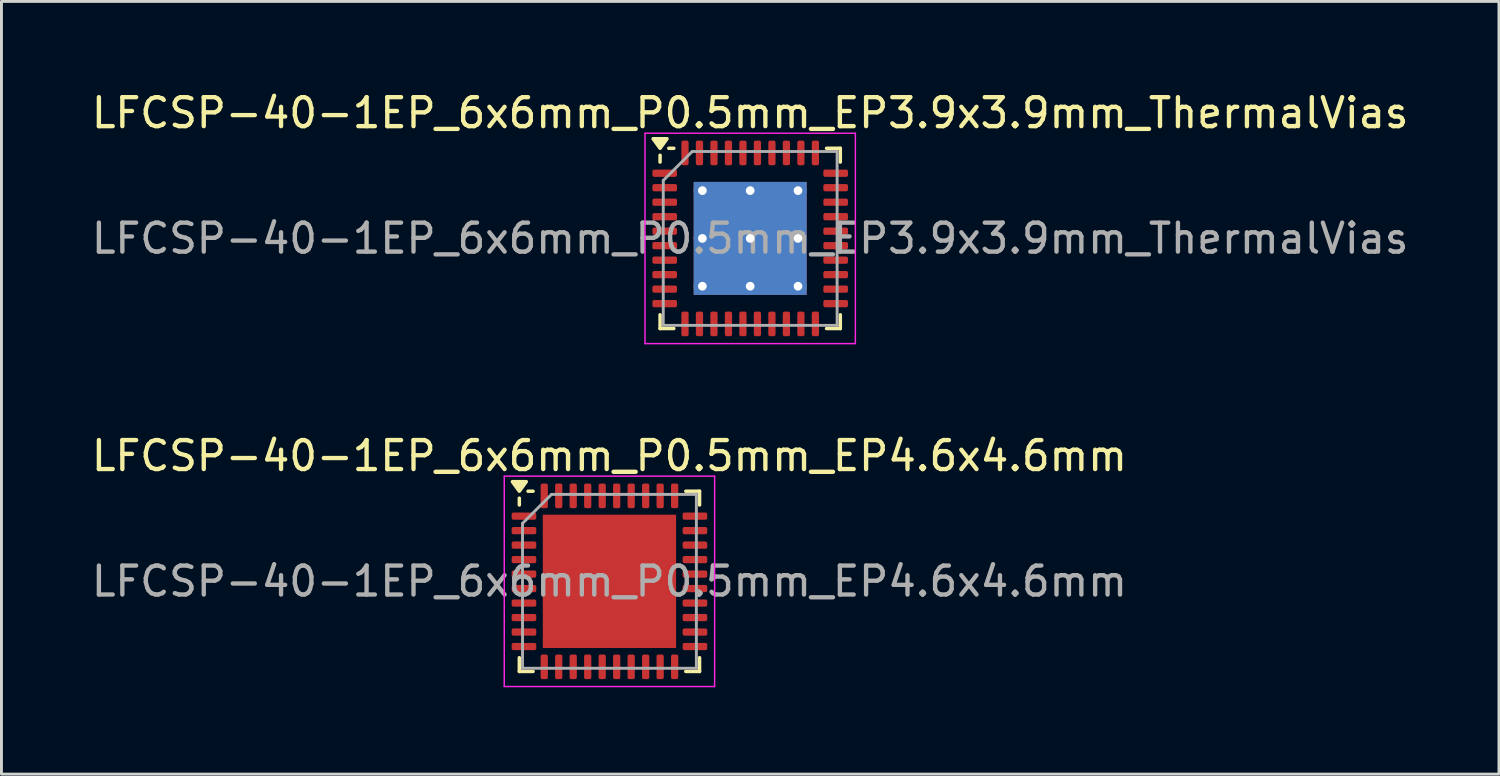
<source format=kicad_pcb>
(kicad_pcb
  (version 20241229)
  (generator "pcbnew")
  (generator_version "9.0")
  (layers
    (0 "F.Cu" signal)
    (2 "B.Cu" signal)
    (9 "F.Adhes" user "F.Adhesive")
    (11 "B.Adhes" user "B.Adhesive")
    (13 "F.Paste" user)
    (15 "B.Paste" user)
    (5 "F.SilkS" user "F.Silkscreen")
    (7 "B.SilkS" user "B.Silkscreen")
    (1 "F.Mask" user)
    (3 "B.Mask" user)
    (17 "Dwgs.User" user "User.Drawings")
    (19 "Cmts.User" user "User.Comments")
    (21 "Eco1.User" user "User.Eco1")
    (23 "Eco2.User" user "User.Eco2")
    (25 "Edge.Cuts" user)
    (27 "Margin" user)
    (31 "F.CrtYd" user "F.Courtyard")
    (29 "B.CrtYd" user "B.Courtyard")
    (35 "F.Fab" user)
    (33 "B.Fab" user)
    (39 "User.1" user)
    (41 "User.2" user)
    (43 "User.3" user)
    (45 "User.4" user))
  (footprint "LFCSP-40-1EP_6x6mm_P0.5mm_EP3.9x3.9mm_ThermalVias"
    (layer "F.Cu")
    (at 22.839 5.178)
    (property "Reference" "LFCSP-40-1EP_6x6mm_P0.5mm_EP3.9x3.9mm_ThermalVias" (at 0 -4.33 0) (layer "F.SilkS") (effects (font (size 1 1) (thickness 0.15))))
    (attr smd)
    (fp_line (start -3.11 -2.635) (end -3.11 -2.87) (stroke (width 0.12) (type solid)) (layer "F.SilkS"))
    (fp_line (start -3.11 3.11) (end -3.11 2.635) (stroke (width 0.12) (type solid)) (layer "F.SilkS"))
    (fp_line (start -2.635 -3.11) (end -2.81 -3.11) (stroke (width 0.12) (type solid)) (layer "F.SilkS"))
    (fp_line (start -2.635 3.11) (end -3.11 3.11) (stroke (width 0.12) (type solid)) (layer "F.SilkS"))
    (fp_line (start 2.635 -3.11) (end 3.11 -3.11) (stroke (width 0.12) (type solid)) (layer "F.SilkS"))
    (fp_line (start 2.635 3.11) (end 3.11 3.11) (stroke (width 0.12) (type solid)) (layer "F.SilkS"))
    (fp_line (start 3.11 -3.11) (end 3.11 -2.635) (stroke (width 0.12) (type solid)) (layer "F.SilkS"))
    (fp_line (start 3.11 3.11) (end 3.11 2.635) (stroke (width 0.12) (type solid)) (layer "F.SilkS"))
    (fp_poly (pts (xy -3.11 -3.11) (xy -3.35 -3.44) (xy -2.87 -3.44) (xy -3.11 -3.11)) (stroke (width 0.12) (type solid)) (fill yes) (layer "F.SilkS"))
    (fp_line (start -3.63 -3.63) (end -3.63 3.63) (stroke (width 0.05) (type solid)) (layer "F.CrtYd"))
    (fp_line (start -3.63 3.63) (end 3.63 3.63) (stroke (width 0.05) (type solid)) (layer "F.CrtYd"))
    (fp_line (start 3.63 -3.63) (end -3.63 -3.63) (stroke (width 0.05) (type solid)) (layer "F.CrtYd"))
    (fp_line (start 3.63 3.63) (end 3.63 -3.63) (stroke (width 0.05) (type solid)) (layer "F.CrtYd"))
    (fp_line (start -3 -2) (end -2 -3) (stroke (width 0.1) (type solid)) (layer "F.Fab"))
    (fp_line (start -3 3) (end -3 -2) (stroke (width 0.1) (type solid)) (layer "F.Fab"))
    (fp_line (start -2 -3) (end 3 -3) (stroke (width 0.1) (type solid)) (layer "F.Fab"))
    (fp_line (start 3 -3) (end 3 3) (stroke (width 0.1) (type solid)) (layer "F.Fab"))
    (fp_line (start 3 3) (end -3 3) (stroke (width 0.1) (type solid)) (layer "F.Fab"))
    (fp_text user "${REFERENCE}" (at 0 0 0) (layer "F.Fab") (effects (font (size 1 1) (thickness 0.15))))
    (pad "" smd custom (at -0.825 -0.825) (size 1.395 1.395) (layers "F.Paste") (options (anchor circle)) (primitives (gr_poly (pts (xy -0.579 -0.383) (xy -0.383 -0.579) (xy 0.383 -0.579) (xy 0.579 -0.383) (xy 0.579 0.383) (xy 0.383 0.579) (xy -0.383 0.579) (xy -0.579 0.383)) (width 0.474) (fill yes))))
    (pad "" smd custom (at -0.825 0.825) (size 1.395 1.395) (layers "F.Paste") (options (anchor circle)) (primitives (gr_poly (pts (xy -0.579 -0.383) (xy -0.383 -0.579) (xy 0.383 -0.579) (xy 0.579 -0.383) (xy 0.579 0.383) (xy 0.383 0.579) (xy -0.383 0.579) (xy -0.579 0.383)) (width 0.474) (fill yes))))
    (pad "" smd custom (at 0.825 -0.825) (size 1.395 1.395) (layers "F.Paste") (options (anchor circle)) (primitives (gr_poly (pts (xy -0.579 -0.383) (xy -0.383 -0.579) (xy 0.383 -0.579) (xy 0.579 -0.383) (xy 0.579 0.383) (xy 0.383 0.579) (xy -0.383 0.579) (xy -0.579 0.383)) (width 0.474) (fill yes))))
    (pad "" smd custom (at 0.825 0.825) (size 1.395 1.395) (layers "F.Paste") (options (anchor circle)) (primitives (gr_poly (pts (xy -0.579 -0.383) (xy -0.383 -0.579) (xy 0.383 -0.579) (xy 0.579 -0.383) (xy 0.579 0.383) (xy 0.383 0.579) (xy -0.383 0.579) (xy -0.579 0.383)) (width 0.474) (fill yes))))
    (pad "1" smd roundrect (at -2.95 -2.25) (size 0.85 0.25) (layers "F.Cu" "F.Mask" "F.Paste") (roundrect_rratio 0.25))
    (pad "2" smd roundrect (at -2.95 -1.75) (size 0.85 0.25) (layers "F.Cu" "F.Mask" "F.Paste") (roundrect_rratio 0.25))
    (pad "3" smd roundrect (at -2.95 -1.25) (size 0.85 0.25) (layers "F.Cu" "F.Mask" "F.Paste") (roundrect_rratio 0.25))
    (pad "4" smd roundrect (at -2.95 -0.75) (size 0.85 0.25) (layers "F.Cu" "F.Mask" "F.Paste") (roundrect_rratio 0.25))
    (pad "5" smd roundrect (at -2.95 -0.25) (size 0.85 0.25) (layers "F.Cu" "F.Mask" "F.Paste") (roundrect_rratio 0.25))
    (pad "6" smd roundrect (at -2.95 0.25) (size 0.85 0.25) (layers "F.Cu" "F.Mask" "F.Paste") (roundrect_rratio 0.25))
    (pad "7" smd roundrect (at -2.95 0.75) (size 0.85 0.25) (layers "F.Cu" "F.Mask" "F.Paste") (roundrect_rratio 0.25))
    (pad "8" smd roundrect (at -2.95 1.25) (size 0.85 0.25) (layers "F.Cu" "F.Mask" "F.Paste") (roundrect_rratio 0.25))
    (pad "9" smd roundrect (at -2.95 1.75) (size 0.85 0.25) (layers "F.Cu" "F.Mask" "F.Paste") (roundrect_rratio 0.25))
    (pad "10" smd roundrect (at -2.95 2.25) (size 0.85 0.25) (layers "F.Cu" "F.Mask" "F.Paste") (roundrect_rratio 0.25))
    (pad "11" smd roundrect (at -2.25 2.95) (size 0.25 0.85) (layers "F.Cu" "F.Mask" "F.Paste") (roundrect_rratio 0.25))
    (pad "12" smd roundrect (at -1.75 2.95) (size 0.25 0.85) (layers "F.Cu" "F.Mask" "F.Paste") (roundrect_rratio 0.25))
    (pad "13" smd roundrect (at -1.25 2.95) (size 0.25 0.85) (layers "F.Cu" "F.Mask" "F.Paste") (roundrect_rratio 0.25))
    (pad "14" smd roundrect (at -0.75 2.95) (size 0.25 0.85) (layers "F.Cu" "F.Mask" "F.Paste") (roundrect_rratio 0.25))
    (pad "15" smd roundrect (at -0.25 2.95) (size 0.25 0.85) (layers "F.Cu" "F.Mask" "F.Paste") (roundrect_rratio 0.25))
    (pad "16" smd roundrect (at 0.25 2.95) (size 0.25 0.85) (layers "F.Cu" "F.Mask" "F.Paste") (roundrect_rratio 0.25))
    (pad "17" smd roundrect (at 0.75 2.95) (size 0.25 0.85) (layers "F.Cu" "F.Mask" "F.Paste") (roundrect_rratio 0.25))
    (pad "18" smd roundrect (at 1.25 2.95) (size 0.25 0.85) (layers "F.Cu" "F.Mask" "F.Paste") (roundrect_rratio 0.25))
    (pad "19" smd roundrect (at 1.75 2.95) (size 0.25 0.85) (layers "F.Cu" "F.Mask" "F.Paste") (roundrect_rratio 0.25))
    (pad "20" smd roundrect (at 2.25 2.95) (size 0.25 0.85) (layers "F.Cu" "F.Mask" "F.Paste") (roundrect_rratio 0.25))
    (pad "21" smd roundrect (at 2.95 2.25) (size 0.85 0.25) (layers "F.Cu" "F.Mask" "F.Paste") (roundrect_rratio 0.25))
    (pad "22" smd roundrect (at 2.95 1.75) (size 0.85 0.25) (layers "F.Cu" "F.Mask" "F.Paste") (roundrect_rratio 0.25))
    (pad "23" smd roundrect (at 2.95 1.25) (size 0.85 0.25) (layers "F.Cu" "F.Mask" "F.Paste") (roundrect_rratio 0.25))
    (pad "24" smd roundrect (at 2.95 0.75) (size 0.85 0.25) (layers "F.Cu" "F.Mask" "F.Paste") (roundrect_rratio 0.25))
    (pad "25" smd roundrect (at 2.95 0.25) (size 0.85 0.25) (layers "F.Cu" "F.Mask" "F.Paste") (roundrect_rratio 0.25))
    (pad "26" smd roundrect (at 2.95 -0.25) (size 0.85 0.25) (layers "F.Cu" "F.Mask" "F.Paste") (roundrect_rratio 0.25))
    (pad "27" smd roundrect (at 2.95 -0.75) (size 0.85 0.25) (layers "F.Cu" "F.Mask" "F.Paste") (roundrect_rratio 0.25))
    (pad "28" smd roundrect (at 2.95 -1.25) (size 0.85 0.25) (layers "F.Cu" "F.Mask" "F.Paste") (roundrect_rratio 0.25))
    (pad "29" smd roundrect (at 2.95 -1.75) (size 0.85 0.25) (layers "F.Cu" "F.Mask" "F.Paste") (roundrect_rratio 0.25))
    (pad "30" smd roundrect (at 2.95 -2.25) (size 0.85 0.25) (layers "F.Cu" "F.Mask" "F.Paste") (roundrect_rratio 0.25))
    (pad "31" smd roundrect (at 2.25 -2.95) (size 0.25 0.85) (layers "F.Cu" "F.Mask" "F.Paste") (roundrect_rratio 0.25))
    (pad "32" smd roundrect (at 1.75 -2.95) (size 0.25 0.85) (layers "F.Cu" "F.Mask" "F.Paste") (roundrect_rratio 0.25))
    (pad "33" smd roundrect (at 1.25 -2.95) (size 0.25 0.85) (layers "F.Cu" "F.Mask" "F.Paste") (roundrect_rratio 0.25))
    (pad "34" smd roundrect (at 0.75 -2.95) (size 0.25 0.85) (layers "F.Cu" "F.Mask" "F.Paste") (roundrect_rratio 0.25))
    (pad "35" smd roundrect (at 0.25 -2.95) (size 0.25 0.85) (layers "F.Cu" "F.Mask" "F.Paste") (roundrect_rratio 0.25))
    (pad "36" smd roundrect (at -0.25 -2.95) (size 0.25 0.85) (layers "F.Cu" "F.Mask" "F.Paste") (roundrect_rratio 0.25))
    (pad "37" smd roundrect (at -0.75 -2.95) (size 0.25 0.85) (layers "F.Cu" "F.Mask" "F.Paste") (roundrect_rratio 0.25))
    (pad "38" smd roundrect (at -1.25 -2.95) (size 0.25 0.85) (layers "F.Cu" "F.Mask" "F.Paste") (roundrect_rratio 0.25))
    (pad "39" smd roundrect (at -1.75 -2.95) (size 0.25 0.85) (layers "F.Cu" "F.Mask" "F.Paste") (roundrect_rratio 0.25))
    (pad "40" smd roundrect (at -2.25 -2.95) (size 0.25 0.85) (layers "F.Cu" "F.Mask" "F.Paste") (roundrect_rratio 0.25))
    (pad "41" thru_hole circle (at -1.65 -1.65) (size 0.6 0.6) (drill 0.3) (property pad_prop_heatsink) (layers "*.Cu"))
    (pad "41" thru_hole circle (at -1.65 0) (size 0.6 0.6) (drill 0.3) (property pad_prop_heatsink) (layers "*.Cu"))
    (pad "41" thru_hole circle (at -1.65 1.65) (size 0.6 0.6) (drill 0.3) (property pad_prop_heatsink) (layers "*.Cu"))
    (pad "41" thru_hole circle (at 0 -1.65) (size 0.6 0.6) (drill 0.3) (property pad_prop_heatsink) (layers "*.Cu"))
    (pad "41" thru_hole circle (at 0 0) (size 0.6 0.6) (drill 0.3) (property pad_prop_heatsink) (layers "*.Cu"))
    (pad "41" smd rect (at 0 0) (size 3.9 3.9) (property pad_prop_heatsink) (layers "F.Cu" "F.Mask"))
    (pad "41" smd rect (at 0 0) (size 3.9 3.9) (property pad_prop_heatsink) (layers "B.Cu"))
    (pad "41" thru_hole circle (at 0 1.65) (size 0.6 0.6) (drill 0.3) (property pad_prop_heatsink) (layers "*.Cu"))
    (pad "41" thru_hole circle (at 1.65 -1.65) (size 0.6 0.6) (drill 0.3) (property pad_prop_heatsink) (layers "*.Cu"))
    (pad "41" thru_hole circle (at 1.65 0) (size 0.6 0.6) (drill 0.3) (property pad_prop_heatsink) (layers "*.Cu"))
    (pad "41" thru_hole circle (at 1.65 1.65) (size 0.6 0.6) (drill 0.3) (property pad_prop_heatsink) (layers "*.Cu")))
  (footprint "LFCSP-40-1EP_6x6mm_P0.5mm_EP4.6x4.6mm"
    (layer "F.Cu")
    (at 17.982 17.012)
    (property "Reference" "LFCSP-40-1EP_6x6mm_P0.5mm_EP4.6x4.6mm" (at 0 -4.33 0) (layer "F.SilkS") (effects (font (size 1 1) (thickness 0.15))))
    (attr smd)
    (fp_line (start -3.11 -2.635) (end -3.11 -2.87) (stroke (width 0.12) (type solid)) (layer "F.SilkS"))
    (fp_line (start -3.11 3.11) (end -3.11 2.635) (stroke (width 0.12) (type solid)) (layer "F.SilkS"))
    (fp_line (start -2.635 -3.11) (end -2.81 -3.11) (stroke (width 0.12) (type solid)) (layer "F.SilkS"))
    (fp_line (start -2.635 3.11) (end -3.11 3.11) (stroke (width 0.12) (type solid)) (layer "F.SilkS"))
    (fp_line (start 2.635 -3.11) (end 3.11 -3.11) (stroke (width 0.12) (type solid)) (layer "F.SilkS"))
    (fp_line (start 2.635 3.11) (end 3.11 3.11) (stroke (width 0.12) (type solid)) (layer "F.SilkS"))
    (fp_line (start 3.11 -3.11) (end 3.11 -2.635) (stroke (width 0.12) (type solid)) (layer "F.SilkS"))
    (fp_line (start 3.11 3.11) (end 3.11 2.635) (stroke (width 0.12) (type solid)) (layer "F.SilkS"))
    (fp_poly (pts (xy -3.11 -3.11) (xy -3.35 -3.44) (xy -2.87 -3.44) (xy -3.11 -3.11)) (stroke (width 0.12) (type solid)) (fill yes) (layer "F.SilkS"))
    (fp_line (start -3.63 -3.63) (end -3.63 3.63) (stroke (width 0.05) (type solid)) (layer "F.CrtYd"))
    (fp_line (start -3.63 3.63) (end 3.63 3.63) (stroke (width 0.05) (type solid)) (layer "F.CrtYd"))
    (fp_line (start 3.63 -3.63) (end -3.63 -3.63) (stroke (width 0.05) (type solid)) (layer "F.CrtYd"))
    (fp_line (start 3.63 3.63) (end 3.63 -3.63) (stroke (width 0.05) (type solid)) (layer "F.CrtYd"))
    (fp_line (start -3 -2) (end -2 -3) (stroke (width 0.1) (type solid)) (layer "F.Fab"))
    (fp_line (start -3 3) (end -3 -2) (stroke (width 0.1) (type solid)) (layer "F.Fab"))
    (fp_line (start -2 -3) (end 3 -3) (stroke (width 0.1) (type solid)) (layer "F.Fab"))
    (fp_line (start 3 -3) (end 3 3) (stroke (width 0.1) (type solid)) (layer "F.Fab"))
    (fp_line (start 3 3) (end -3 3) (stroke (width 0.1) (type solid)) (layer "F.Fab"))
    (fp_text user "${REFERENCE}" (at 0 0 0) (layer "F.Fab") (effects (font (size 1 1) (thickness 0.15))))
    (pad "" smd roundrect (at -1.15 -1.15) (size 1.85 1.85) (layers "F.Paste") (roundrect_rratio 0.135))
    (pad "" smd roundrect (at -1.15 1.15) (size 1.85 1.85) (layers "F.Paste") (roundrect_rratio 0.135))
    (pad "" smd roundrect (at 1.15 -1.15) (size 1.85 1.85) (layers "F.Paste") (roundrect_rratio 0.135))
    (pad "" smd roundrect (at 1.15 1.15) (size 1.85 1.85) (layers "F.Paste") (roundrect_rratio 0.135))
    (pad "1" smd roundrect (at -2.95 -2.25) (size 0.85 0.25) (layers "F.Cu" "F.Mask" "F.Paste") (roundrect_rratio 0.25))
    (pad "2" smd roundrect (at -2.95 -1.75) (size 0.85 0.25) (layers "F.Cu" "F.Mask" "F.Paste") (roundrect_rratio 0.25))
    (pad "3" smd roundrect (at -2.95 -1.25) (size 0.85 0.25) (layers "F.Cu" "F.Mask" "F.Paste") (roundrect_rratio 0.25))
    (pad "4" smd roundrect (at -2.95 -0.75) (size 0.85 0.25) (layers "F.Cu" "F.Mask" "F.Paste") (roundrect_rratio 0.25))
    (pad "5" smd roundrect (at -2.95 -0.25) (size 0.85 0.25) (layers "F.Cu" "F.Mask" "F.Paste") (roundrect_rratio 0.25))
    (pad "6" smd roundrect (at -2.95 0.25) (size 0.85 0.25) (layers "F.Cu" "F.Mask" "F.Paste") (roundrect_rratio 0.25))
    (pad "7" smd roundrect (at -2.95 0.75) (size 0.85 0.25) (layers "F.Cu" "F.Mask" "F.Paste") (roundrect_rratio 0.25))
    (pad "8" smd roundrect (at -2.95 1.25) (size 0.85 0.25) (layers "F.Cu" "F.Mask" "F.Paste") (roundrect_rratio 0.25))
    (pad "9" smd roundrect (at -2.95 1.75) (size 0.85 0.25) (layers "F.Cu" "F.Mask" "F.Paste") (roundrect_rratio 0.25))
    (pad "10" smd roundrect (at -2.95 2.25) (size 0.85 0.25) (layers "F.Cu" "F.Mask" "F.Paste") (roundrect_rratio 0.25))
    (pad "11" smd roundrect (at -2.25 2.95) (size 0.25 0.85) (layers "F.Cu" "F.Mask" "F.Paste") (roundrect_rratio 0.25))
    (pad "12" smd roundrect (at -1.75 2.95) (size 0.25 0.85) (layers "F.Cu" "F.Mask" "F.Paste") (roundrect_rratio 0.25))
    (pad "13" smd roundrect (at -1.25 2.95) (size 0.25 0.85) (layers "F.Cu" "F.Mask" "F.Paste") (roundrect_rratio 0.25))
    (pad "14" smd roundrect (at -0.75 2.95) (size 0.25 0.85) (layers "F.Cu" "F.Mask" "F.Paste") (roundrect_rratio 0.25))
    (pad "15" smd roundrect (at -0.25 2.95) (size 0.25 0.85) (layers "F.Cu" "F.Mask" "F.Paste") (roundrect_rratio 0.25))
    (pad "16" smd roundrect (at 0.25 2.95) (size 0.25 0.85) (layers "F.Cu" "F.Mask" "F.Paste") (roundrect_rratio 0.25))
    (pad "17" smd roundrect (at 0.75 2.95) (size 0.25 0.85) (layers "F.Cu" "F.Mask" "F.Paste") (roundrect_rratio 0.25))
    (pad "18" smd roundrect (at 1.25 2.95) (size 0.25 0.85) (layers "F.Cu" "F.Mask" "F.Paste") (roundrect_rratio 0.25))
    (pad "19" smd roundrect (at 1.75 2.95) (size 0.25 0.85) (layers "F.Cu" "F.Mask" "F.Paste") (roundrect_rratio 0.25))
    (pad "20" smd roundrect (at 2.25 2.95) (size 0.25 0.85) (layers "F.Cu" "F.Mask" "F.Paste") (roundrect_rratio 0.25))
    (pad "21" smd roundrect (at 2.95 2.25) (size 0.85 0.25) (layers "F.Cu" "F.Mask" "F.Paste") (roundrect_rratio 0.25))
    (pad "22" smd roundrect (at 2.95 1.75) (size 0.85 0.25) (layers "F.Cu" "F.Mask" "F.Paste") (roundrect_rratio 0.25))
    (pad "23" smd roundrect (at 2.95 1.25) (size 0.85 0.25) (layers "F.Cu" "F.Mask" "F.Paste") (roundrect_rratio 0.25))
    (pad "24" smd roundrect (at 2.95 0.75) (size 0.85 0.25) (layers "F.Cu" "F.Mask" "F.Paste") (roundrect_rratio 0.25))
    (pad "25" smd roundrect (at 2.95 0.25) (size 0.85 0.25) (layers "F.Cu" "F.Mask" "F.Paste") (roundrect_rratio 0.25))
    (pad "26" smd roundrect (at 2.95 -0.25) (size 0.85 0.25) (layers "F.Cu" "F.Mask" "F.Paste") (roundrect_rratio 0.25))
    (pad "27" smd roundrect (at 2.95 -0.75) (size 0.85 0.25) (layers "F.Cu" "F.Mask" "F.Paste") (roundrect_rratio 0.25))
    (pad "28" smd roundrect (at 2.95 -1.25) (size 0.85 0.25) (layers "F.Cu" "F.Mask" "F.Paste") (roundrect_rratio 0.25))
    (pad "29" smd roundrect (at 2.95 -1.75) (size 0.85 0.25) (layers "F.Cu" "F.Mask" "F.Paste") (roundrect_rratio 0.25))
    (pad "30" smd roundrect (at 2.95 -2.25) (size 0.85 0.25) (layers "F.Cu" "F.Mask" "F.Paste") (roundrect_rratio 0.25))
    (pad "31" smd roundrect (at 2.25 -2.95) (size 0.25 0.85) (layers "F.Cu" "F.Mask" "F.Paste") (roundrect_rratio 0.25))
    (pad "32" smd roundrect (at 1.75 -2.95) (size 0.25 0.85) (layers "F.Cu" "F.Mask" "F.Paste") (roundrect_rratio 0.25))
    (pad "33" smd roundrect (at 1.25 -2.95) (size 0.25 0.85) (layers "F.Cu" "F.Mask" "F.Paste") (roundrect_rratio 0.25))
    (pad "34" smd roundrect (at 0.75 -2.95) (size 0.25 0.85) (layers "F.Cu" "F.Mask" "F.Paste") (roundrect_rratio 0.25))
    (pad "35" smd roundrect (at 0.25 -2.95) (size 0.25 0.85) (layers "F.Cu" "F.Mask" "F.Paste") (roundrect_rratio 0.25))
    (pad "36" smd roundrect (at -0.25 -2.95) (size 0.25 0.85) (layers "F.Cu" "F.Mask" "F.Paste") (roundrect_rratio 0.25))
    (pad "37" smd roundrect (at -0.75 -2.95) (size 0.25 0.85) (layers "F.Cu" "F.Mask" "F.Paste") (roundrect_rratio 0.25))
    (pad "38" smd roundrect (at -1.25 -2.95) (size 0.25 0.85) (layers "F.Cu" "F.Mask" "F.Paste") (roundrect_rratio 0.25))
    (pad "39" smd roundrect (at -1.75 -2.95) (size 0.25 0.85) (layers "F.Cu" "F.Mask" "F.Paste") (roundrect_rratio 0.25))
    (pad "40" smd roundrect (at -2.25 -2.95) (size 0.25 0.85) (layers "F.Cu" "F.Mask" "F.Paste") (roundrect_rratio 0.25))
    (pad "41" smd rect (at 0 0) (size 4.6 4.6) (property pad_prop_heatsink) (layers "F.Cu" "F.Mask")))
  (gr_rect
    (start -3 -3)
    (end 48.679 23.666)
    (stroke (width 0.1) (type default))
    (fill no)
    (layer "Edge.Cuts")))
</source>
